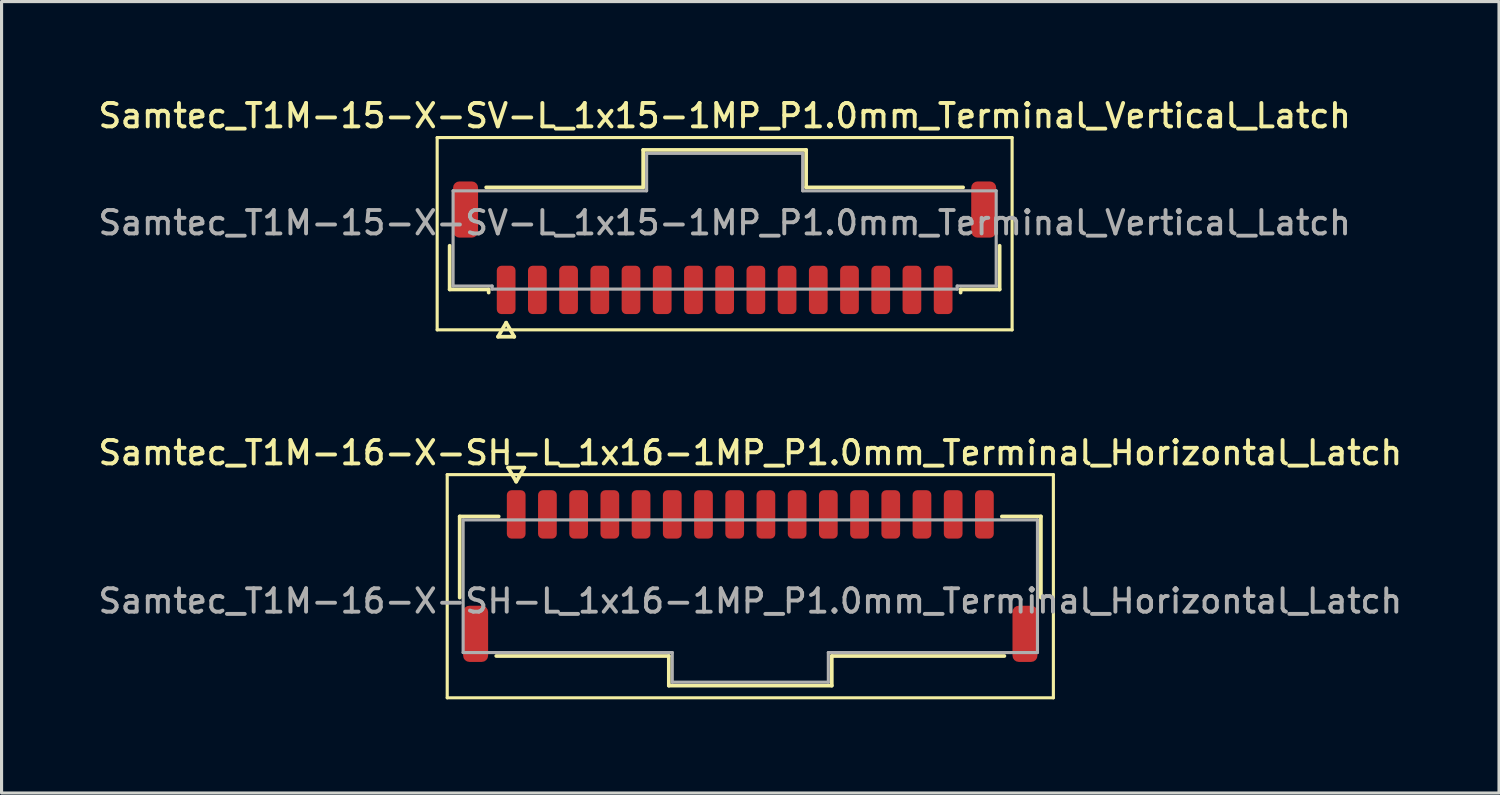
<source format=kicad_pcb>
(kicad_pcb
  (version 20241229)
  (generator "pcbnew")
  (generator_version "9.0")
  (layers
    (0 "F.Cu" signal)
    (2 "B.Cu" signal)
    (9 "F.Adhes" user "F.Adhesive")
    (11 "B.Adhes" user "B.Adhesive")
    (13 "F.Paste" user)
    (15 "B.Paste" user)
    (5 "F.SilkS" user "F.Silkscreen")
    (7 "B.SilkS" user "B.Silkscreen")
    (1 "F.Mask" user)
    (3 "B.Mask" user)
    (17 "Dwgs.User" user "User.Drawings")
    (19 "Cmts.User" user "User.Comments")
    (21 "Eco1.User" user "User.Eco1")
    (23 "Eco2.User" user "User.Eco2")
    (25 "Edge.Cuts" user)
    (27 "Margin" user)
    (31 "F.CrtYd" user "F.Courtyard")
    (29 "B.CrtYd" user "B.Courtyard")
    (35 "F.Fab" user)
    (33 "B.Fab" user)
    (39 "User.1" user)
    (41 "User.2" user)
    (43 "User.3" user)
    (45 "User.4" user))
  (footprint "Samtec_T1M-16-X-SH-L_1x16-1MP_P1.0mm_Terminal_Horizontal_Latch"
    (layer "F.Cu")
    (at 20.988 16.206)
    (property "Reference" "Samtec_T1M-16-X-SH-L_1x16-1MP_P1.0mm_Terminal_Horizontal_Latch" (at 0 -4.75 0) (layer "F.SilkS") (effects (font (size 0.75 0.75) (thickness 0.125))))
    (attr smd)
    (fp_line (start -9.71 -4.05) (end -9.71 3.1) (stroke (width 0.1) (type solid)) (layer "F.SilkS"))
    (fp_line (start -9.71 3.1) (end 9.71 3.1) (stroke (width 0.1) (type solid)) (layer "F.SilkS"))
    (fp_line (start -9.31 -2.71) (end -8.06 -2.71) (stroke (width 0.12) (type solid)) (layer "F.SilkS"))
    (fp_line (start -9.31 -0.11) (end -9.31 -2.71) (stroke (width 0.12) (type solid)) (layer "F.SilkS"))
    (fp_line (start -7.76 -4.275) (end -7.5 -3.825) (stroke (width 0.12) (type solid)) (layer "F.SilkS"))
    (fp_line (start -7.5 -3.825) (end -7.24 -4.275) (stroke (width 0.12) (type solid)) (layer "F.SilkS"))
    (fp_line (start -7.24 -4.275) (end -7.76 -4.275) (stroke (width 0.12) (type solid)) (layer "F.SilkS"))
    (fp_line (start -2.61 1.76) (end -8.14 1.76) (stroke (width 0.12) (type solid)) (layer "F.SilkS"))
    (fp_line (start -2.61 2.71) (end -2.61 1.76) (stroke (width 0.12) (type solid)) (layer "F.SilkS"))
    (fp_line (start 2.61 1.76) (end 2.61 2.71) (stroke (width 0.12) (type solid)) (layer "F.SilkS"))
    (fp_line (start 2.61 2.71) (end -2.61 2.71) (stroke (width 0.12) (type solid)) (layer "F.SilkS"))
    (fp_line (start 8.06 -2.71) (end 9.31 -2.71) (stroke (width 0.12) (type solid)) (layer "F.SilkS"))
    (fp_line (start 8.14 1.76) (end 2.61 1.76) (stroke (width 0.12) (type solid)) (layer "F.SilkS"))
    (fp_line (start 9.31 -2.71) (end 9.31 -0.11) (stroke (width 0.12) (type solid)) (layer "F.SilkS"))
    (fp_line (start 9.71 -4.05) (end -9.71 -4.05) (stroke (width 0.1) (type solid)) (layer "F.SilkS"))
    (fp_line (start 9.71 3.1) (end 9.71 -4.05) (stroke (width 0.1) (type solid)) (layer "F.SilkS"))
    (fp_line (start -9.2 -2.6) (end 9.2 -2.6) (stroke (width 0.1) (type solid)) (layer "F.Fab"))
    (fp_line (start -9.2 1.65) (end -9.2 -2.6) (stroke (width 0.1) (type solid)) (layer "F.Fab"))
    (fp_line (start -2.5 1.65) (end -9.2 1.65) (stroke (width 0.1) (type solid)) (layer "F.Fab"))
    (fp_line (start -2.5 2.6) (end -2.5 1.65) (stroke (width 0.1) (type solid)) (layer "F.Fab"))
    (fp_line (start 2.5 1.65) (end 2.5 2.6) (stroke (width 0.1) (type solid)) (layer "F.Fab"))
    (fp_line (start 2.5 2.6) (end -2.5 2.6) (stroke (width 0.1) (type solid)) (layer "F.Fab"))
    (fp_line (start 9.2 -2.6) (end 9.2 1.65) (stroke (width 0.1) (type solid)) (layer "F.Fab"))
    (fp_line (start 9.2 1.65) (end 2.5 1.65) (stroke (width 0.1) (type solid)) (layer "F.Fab"))
    (fp_text user "${REFERENCE}" (at 0 0 0) (layer "F.Fab") (effects (font (size 0.75 0.75) (thickness 0.125))))
    (pad "1" smd roundrect (at -7.5 -2.775) (size 0.6 1.55) (layers "F.Cu" "F.Mask" "F.Paste") (roundrect_rratio 0.25))
    (pad "2" smd roundrect (at -6.5 -2.775) (size 0.6 1.55) (layers "F.Cu" "F.Mask" "F.Paste") (roundrect_rratio 0.25))
    (pad "3" smd roundrect (at -5.5 -2.775) (size 0.6 1.55) (layers "F.Cu" "F.Mask" "F.Paste") (roundrect_rratio 0.25))
    (pad "4" smd roundrect (at -4.5 -2.775) (size 0.6 1.55) (layers "F.Cu" "F.Mask" "F.Paste") (roundrect_rratio 0.25))
    (pad "5" smd roundrect (at -3.5 -2.775) (size 0.6 1.55) (layers "F.Cu" "F.Mask" "F.Paste") (roundrect_rratio 0.25))
    (pad "6" smd roundrect (at -2.5 -2.775) (size 0.6 1.55) (layers "F.Cu" "F.Mask" "F.Paste") (roundrect_rratio 0.25))
    (pad "7" smd roundrect (at -1.5 -2.775) (size 0.6 1.55) (layers "F.Cu" "F.Mask" "F.Paste") (roundrect_rratio 0.25))
    (pad "8" smd roundrect (at -0.5 -2.775) (size 0.6 1.55) (layers "F.Cu" "F.Mask" "F.Paste") (roundrect_rratio 0.25))
    (pad "9" smd roundrect (at 0.5 -2.775) (size 0.6 1.55) (layers "F.Cu" "F.Mask" "F.Paste") (roundrect_rratio 0.25))
    (pad "10" smd roundrect (at 1.5 -2.775) (size 0.6 1.55) (layers "F.Cu" "F.Mask" "F.Paste") (roundrect_rratio 0.25))
    (pad "11" smd roundrect (at 2.5 -2.775) (size 0.6 1.55) (layers "F.Cu" "F.Mask" "F.Paste") (roundrect_rratio 0.25))
    (pad "12" smd roundrect (at 3.5 -2.775) (size 0.6 1.55) (layers "F.Cu" "F.Mask" "F.Paste") (roundrect_rratio 0.25))
    (pad "13" smd roundrect (at 4.5 -2.775) (size 0.6 1.55) (layers "F.Cu" "F.Mask" "F.Paste") (roundrect_rratio 0.25))
    (pad "14" smd roundrect (at 5.5 -2.775) (size 0.6 1.55) (layers "F.Cu" "F.Mask" "F.Paste") (roundrect_rratio 0.25))
    (pad "15" smd roundrect (at 6.5 -2.775) (size 0.6 1.55) (layers "F.Cu" "F.Mask" "F.Paste") (roundrect_rratio 0.25))
    (pad "16" smd roundrect (at 7.5 -2.775) (size 0.6 1.55) (layers "F.Cu" "F.Mask" "F.Paste") (roundrect_rratio 0.25))
    (pad "MP" smd roundrect (at -8.8 1.05) (size 0.8 1.8) (layers "F.Cu" "F.Mask" "F.Paste") (roundrect_rratio 0.25))
    (pad "MP" smd roundrect (at 8.8 1.05) (size 0.8 1.8) (layers "F.Cu" "F.Mask" "F.Paste") (roundrect_rratio 0.25)))
  (footprint "Samtec_T1M-15-X-SV-L_1x15-1MP_P1.0mm_Terminal_Vertical_Latch"
    (layer "F.Cu")
    (at 20.166 4.088)
    (property "Reference" "Samtec_T1M-15-X-SV-L_1x15-1MP_P1.0mm_Terminal_Vertical_Latch" (at 0 -3.43 0) (layer "F.SilkS") (effects (font (size 0.75 0.75) (thickness 0.125))))
    (attr smd)
    (fp_line (start -9.21 -2.73) (end -9.21 3.43) (stroke (width 0.1) (type solid)) (layer "F.SilkS"))
    (fp_line (start -9.21 3.43) (end 9.21 3.43) (stroke (width 0.1) (type solid)) (layer "F.SilkS"))
    (fp_line (start -8.81 2.135) (end -8.81 0.735) (stroke (width 0.12) (type solid)) (layer "F.SilkS"))
    (fp_line (start -7.64 -1.135) (end -2.61 -1.135) (stroke (width 0.12) (type solid)) (layer "F.SilkS"))
    (fp_line (start -7.56 2.135) (end -8.81 2.135) (stroke (width 0.12) (type solid)) (layer "F.SilkS"))
    (fp_line (start -7.56 2.235) (end -7.56 2.135) (stroke (width 0.12) (type solid)) (layer "F.SilkS"))
    (fp_line (start -7.26 3.65) (end -7 3.2) (stroke (width 0.12) (type solid)) (layer "F.SilkS"))
    (fp_line (start -7 3.2) (end -6.74 3.65) (stroke (width 0.12) (type solid)) (layer "F.SilkS"))
    (fp_line (start -6.74 3.65) (end -7.26 3.65) (stroke (width 0.12) (type solid)) (layer "F.SilkS"))
    (fp_line (start -2.61 -2.335) (end 2.61 -2.335) (stroke (width 0.12) (type solid)) (layer "F.SilkS"))
    (fp_line (start -2.61 -1.135) (end -2.61 -2.335) (stroke (width 0.12) (type solid)) (layer "F.SilkS"))
    (fp_line (start 2.61 -2.335) (end 2.61 -1.135) (stroke (width 0.12) (type solid)) (layer "F.SilkS"))
    (fp_line (start 2.61 -1.135) (end 7.64 -1.135) (stroke (width 0.12) (type solid)) (layer "F.SilkS"))
    (fp_line (start 7.56 2.135) (end 7.56 2.235) (stroke (width 0.12) (type solid)) (layer "F.SilkS"))
    (fp_line (start 8.81 0.735) (end 8.81 2.135) (stroke (width 0.12) (type solid)) (layer "F.SilkS"))
    (fp_line (start 8.81 2.135) (end 7.56 2.135) (stroke (width 0.12) (type solid)) (layer "F.SilkS"))
    (fp_line (start 9.21 -2.73) (end -9.21 -2.73) (stroke (width 0.1) (type solid)) (layer "F.SilkS"))
    (fp_line (start 9.21 3.43) (end 9.21 -2.73) (stroke (width 0.1) (type solid)) (layer "F.SilkS"))
    (fp_line (start -8.7 -1.025) (end -2.5 -1.025) (stroke (width 0.1) (type solid)) (layer "F.Fab"))
    (fp_line (start -8.7 2.025) (end -8.7 -1.025) (stroke (width 0.1) (type solid)) (layer "F.Fab"))
    (fp_line (start -7.45 2.025) (end -8.7 2.025) (stroke (width 0.1) (type solid)) (layer "F.Fab"))
    (fp_line (start -7.45 2.125) (end -7.45 2.025) (stroke (width 0.1) (type solid)) (layer "F.Fab"))
    (fp_line (start -2.5 -2.225) (end 2.5 -2.225) (stroke (width 0.1) (type solid)) (layer "F.Fab"))
    (fp_line (start -2.5 -1.025) (end -2.5 -2.225) (stroke (width 0.1) (type solid)) (layer "F.Fab"))
    (fp_line (start 2.5 -2.225) (end 2.5 -1.025) (stroke (width 0.1) (type solid)) (layer "F.Fab"))
    (fp_line (start 2.5 -1.025) (end 8.7 -1.025) (stroke (width 0.1) (type solid)) (layer "F.Fab"))
    (fp_line (start 7.45 2.025) (end 7.45 2.125) (stroke (width 0.1) (type solid)) (layer "F.Fab"))
    (fp_line (start 7.45 2.125) (end -7.45 2.125) (stroke (width 0.1) (type solid)) (layer "F.Fab"))
    (fp_line (start 8.7 -1.025) (end 8.7 2.025) (stroke (width 0.1) (type solid)) (layer "F.Fab"))
    (fp_line (start 8.7 2.025) (end 7.45 2.025) (stroke (width 0.1) (type solid)) (layer "F.Fab"))
    (fp_text user "${REFERENCE}" (at 0 0 0) (layer "F.Fab") (effects (font (size 0.75 0.75) (thickness 0.125))))
    (pad "1" smd roundrect (at -7 2.15) (size 0.6 1.55) (layers "F.Cu" "F.Mask" "F.Paste") (roundrect_rratio 0.25))
    (pad "2" smd roundrect (at -6 2.15) (size 0.6 1.55) (layers "F.Cu" "F.Mask" "F.Paste") (roundrect_rratio 0.25))
    (pad "3" smd roundrect (at -5 2.15) (size 0.6 1.55) (layers "F.Cu" "F.Mask" "F.Paste") (roundrect_rratio 0.25))
    (pad "4" smd roundrect (at -4 2.15) (size 0.6 1.55) (layers "F.Cu" "F.Mask" "F.Paste") (roundrect_rratio 0.25))
    (pad "5" smd roundrect (at -3 2.15) (size 0.6 1.55) (layers "F.Cu" "F.Mask" "F.Paste") (roundrect_rratio 0.25))
    (pad "6" smd roundrect (at -2 2.15) (size 0.6 1.55) (layers "F.Cu" "F.Mask" "F.Paste") (roundrect_rratio 0.25))
    (pad "7" smd roundrect (at -1 2.15) (size 0.6 1.55) (layers "F.Cu" "F.Mask" "F.Paste") (roundrect_rratio 0.25))
    (pad "8" smd roundrect (at 0 2.15) (size 0.6 1.55) (layers "F.Cu" "F.Mask" "F.Paste") (roundrect_rratio 0.25))
    (pad "9" smd roundrect (at 1 2.15) (size 0.6 1.55) (layers "F.Cu" "F.Mask" "F.Paste") (roundrect_rratio 0.25))
    (pad "10" smd roundrect (at 2 2.15) (size 0.6 1.55) (layers "F.Cu" "F.Mask" "F.Paste") (roundrect_rratio 0.25))
    (pad "11" smd roundrect (at 3 2.15) (size 0.6 1.55) (layers "F.Cu" "F.Mask" "F.Paste") (roundrect_rratio 0.25))
    (pad "12" smd roundrect (at 4 2.15) (size 0.6 1.55) (layers "F.Cu" "F.Mask" "F.Paste") (roundrect_rratio 0.25))
    (pad "13" smd roundrect (at 5 2.15) (size 0.6 1.55) (layers "F.Cu" "F.Mask" "F.Paste") (roundrect_rratio 0.25))
    (pad "14" smd roundrect (at 6 2.15) (size 0.6 1.55) (layers "F.Cu" "F.Mask" "F.Paste") (roundrect_rratio 0.25))
    (pad "15" smd roundrect (at 7 2.15) (size 0.6 1.55) (layers "F.Cu" "F.Mask" "F.Paste") (roundrect_rratio 0.25))
    (pad "MP" smd roundrect (at -8.3 -0.425) (size 0.8 1.8) (layers "F.Cu" "F.Mask" "F.Paste") (roundrect_rratio 0.25))
    (pad "MP" smd roundrect (at 8.3 -0.425) (size 0.8 1.8) (layers "F.Cu" "F.Mask" "F.Paste") (roundrect_rratio 0.25)))
  (gr_rect
    (start -3 -3)
    (end 44.975 22.356)
    (stroke (width 0.1) (type default))
    (fill no)
    (layer "Edge.Cuts")))
</source>
